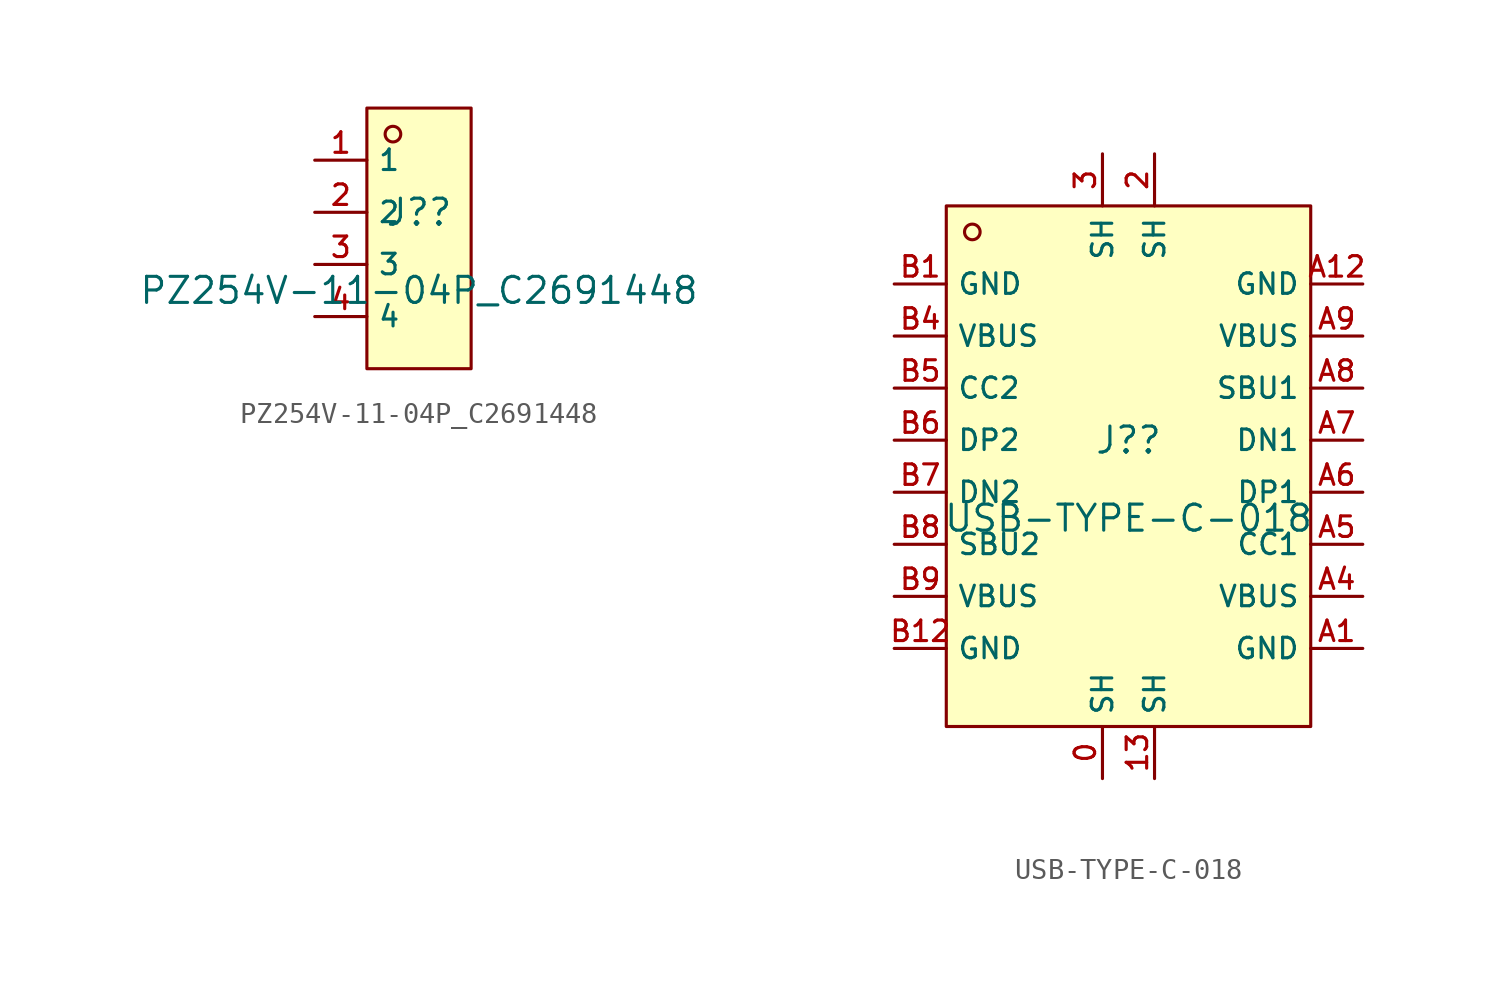
<source format=kicad_sym>
(kicad_symbol_lib
  (version 20210201)
  (generator TousstNicolas/JLC2KiCad_lib)
  (symbol "PZ254V-11-04P_C2691448"
    (property "Reference" "J?"
      (at 0 1.27 0)
      (effects (font (size 1.27 1.27))))
    (property "Value" "PZ254V-11-04P_C2691448"
      (at 0 -2.54 0)
      (effects (font (size 1.27 1.27))))
    (symbol "PZ254V-11-04P_C2691448_0_1"
      (rectangle (start -2.54 6.35) (end 2.54 -6.35) (stroke (width 0) (type default) (color 0 0 0 0)) (fill (type background)))
      (circle (center -1.27 5.08) (radius 0.381) (stroke (width 0) (type default) (color 0 0 0 0)) (fill (type background)))
      (pin unspecified line (at -5.08 3.81 0) (length 2.54) (name "1" (effects (font (size 1 1)))) (number "1" (effects (font (size 1 1)))))
      (pin unspecified line (at -5.08 1.27 0) (length 2.54) (name "2" (effects (font (size 1 1)))) (number "2" (effects (font (size 1 1)))))
      (pin unspecified line (at -5.08 -1.27 0) (length 2.54) (name "3" (effects (font (size 1 1)))) (number "3" (effects (font (size 1 1)))))
      (pin unspecified line (at -5.08 -3.81 0) (length 2.54) (name "4" (effects (font (size 1 1)))) (number "4" (effects (font (size 1 1)))))))
  (symbol "USB-TYPE-C-018"
    (property "Reference" "J?"
      (at 0 1.27 0)
      (effects (font (size 1.27 1.27))))
    (property "Value" "USB-TYPE-C-018"
      (at 0 -2.54 0)
      (effects (font (size 1.27 1.27))))
    (symbol "USB-TYPE-C-018_0_1"
      (rectangle (start -8.89 12.7) (end 8.89 -12.7) (stroke (width 0) (type default) (color 0 0 0 0)) (fill (type background)))
      (circle (center -7.62 11.43) (radius 0.381) (stroke (width 0) (type default) (color 0 0 0 0)) (fill (type background)))
      (pin unspecified line (at -11.43 8.89 0) (length 2.54) (name "GND" (effects (font (size 1 1)))) (number "B1" (effects (font (size 1 1)))))
      (pin unspecified line (at -11.43 6.35 0) (length 2.54) (name "VBUS" (effects (font (size 1 1)))) (number "B4" (effects (font (size 1 1)))))
      (pin unspecified line (at -11.43 3.81 0) (length 2.54) (name "CC2" (effects (font (size 1 1)))) (number "B5" (effects (font (size 1 1)))))
      (pin unspecified line (at -11.43 1.27 0) (length 2.54) (name "DP2" (effects (font (size 1 1)))) (number "B6" (effects (font (size 1 1)))))
      (pin unspecified line (at -11.43 -1.27 0) (length 2.54) (name "DN2" (effects (font (size 1 1)))) (number "B7" (effects (font (size 1 1)))))
      (pin unspecified line (at -11.43 -3.81 0) (length 2.54) (name "SBU2" (effects (font (size 1 1)))) (number "B8" (effects (font (size 1 1)))))
      (pin unspecified line (at -11.43 -6.35 0) (length 2.54) (name "VBUS" (effects (font (size 1 1)))) (number "B9" (effects (font (size 1 1)))))
      (pin unspecified line (at -11.43 -8.89 0) (length 2.54) (name "GND" (effects (font (size 1 1)))) (number "B12" (effects (font (size 1 1)))))
      (pin unspecified line (at 11.43 -8.89 180) (length 2.54) (name "GND" (effects (font (size 1 1)))) (number "A1" (effects (font (size 1 1)))))
      (pin unspecified line (at 11.43 -6.35 180) (length 2.54) (name "VBUS" (effects (font (size 1 1)))) (number "A4" (effects (font (size 1 1)))))
      (pin unspecified line (at 11.43 -3.81 180) (length 2.54) (name "CC1" (effects (font (size 1 1)))) (number "A5" (effects (font (size 1 1)))))
      (pin unspecified line (at 11.43 -1.27 180) (length 2.54) (name "DP1" (effects (font (size 1 1)))) (number "A6" (effects (font (size 1 1)))))
      (pin unspecified line (at 11.43 1.27 180) (length 2.54) (name "DN1" (effects (font (size 1 1)))) (number "A7" (effects (font (size 1 1)))))
      (pin unspecified line (at 11.43 3.81 180) (length 2.54) (name "SBU1" (effects (font (size 1 1)))) (number "A8" (effects (font (size 1 1)))))
      (pin unspecified line (at 11.43 6.35 180) (length 2.54) (name "VBUS" (effects (font (size 1 1)))) (number "A9" (effects (font (size 1 1)))))
      (pin unspecified line (at 11.43 8.89 180) (length 2.54) (name "GND" (effects (font (size 1 1)))) (number "A12" (effects (font (size 1 1)))))
      (pin unspecified line (at 1.27 -15.24 90) (length 2.54) (name "SH" (effects (font (size 1 1)))) (number "13" (effects (font (size 1 1)))))
      (pin unspecified line (at 1.27 15.24 270) (length 2.54) (name "SH" (effects (font (size 1 1)))) (number "2" (effects (font (size 1 1)))))
      (pin unspecified line (at -1.27 15.24 270) (length 2.54) (name "SH" (effects (font (size 1 1)))) (number "3" (effects (font (size 1 1)))))
      (pin unspecified line (at -1.27 -15.24 90) (length 2.54) (name "SH" (effects (font (size 1 1)))) (number "0" (effects (font (size 1 1))))))))
</source>
